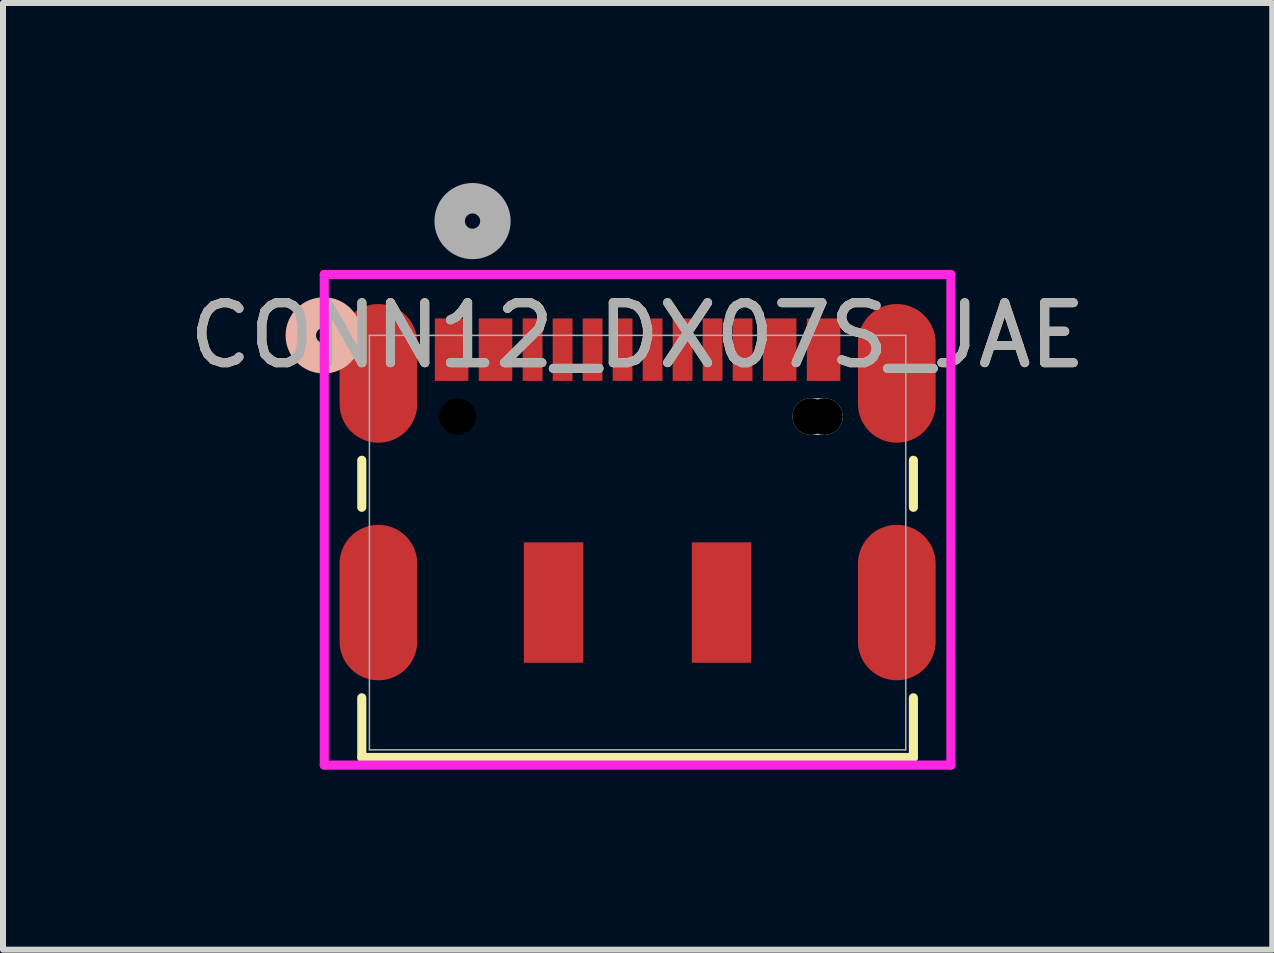
<source format=kicad_pcb>
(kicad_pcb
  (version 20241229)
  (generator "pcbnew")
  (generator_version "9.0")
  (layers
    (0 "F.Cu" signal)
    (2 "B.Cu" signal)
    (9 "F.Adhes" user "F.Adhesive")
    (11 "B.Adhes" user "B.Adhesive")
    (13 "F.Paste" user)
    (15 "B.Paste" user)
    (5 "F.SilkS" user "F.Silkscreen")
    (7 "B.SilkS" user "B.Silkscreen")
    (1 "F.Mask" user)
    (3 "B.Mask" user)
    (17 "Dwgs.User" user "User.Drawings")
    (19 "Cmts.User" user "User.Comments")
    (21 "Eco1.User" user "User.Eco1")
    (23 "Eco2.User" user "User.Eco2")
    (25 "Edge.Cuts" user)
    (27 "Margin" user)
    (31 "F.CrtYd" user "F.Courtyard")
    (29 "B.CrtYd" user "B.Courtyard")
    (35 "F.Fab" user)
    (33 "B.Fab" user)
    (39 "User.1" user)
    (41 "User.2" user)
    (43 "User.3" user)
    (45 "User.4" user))
  (footprint "CONN12_DX07S_JAE"
    (layer "F.Cu")
    (at 7.577 5.994)
    (property "Reference" "CONN12_DX07S_JAE" (at 0 -3.454 0) (unlocked yes) (layer "F.SilkS") (effects (font (size 1 1) (thickness 0.15))))
    (attr smd)
    (fp_line (start -4.597 -0.589) (end -4.597 -1.372) (stroke (width 0.152) (type solid)) (layer "F.SilkS"))
    (fp_line (start -4.597 3.581) (end -4.597 2.587) (stroke (width 0.152) (type solid)) (layer "F.SilkS"))
    (fp_line (start 4.597 -1.372) (end 4.597 -0.589) (stroke (width 0.152) (type solid)) (layer "F.SilkS"))
    (fp_line (start 4.597 2.587) (end 4.597 3.581) (stroke (width 0.152) (type solid)) (layer "F.SilkS"))
    (fp_line (start 4.597 3.581) (end -4.597 3.581) (stroke (width 0.152) (type solid)) (layer "F.SilkS"))
    (fp_circle (center -5.232 -3.454) (end -4.851 -3.454) (stroke (width 0.508) (type solid)) (fill no) (layer "B.SilkS"))
    (fp_line (start 2.886 -2.101) (end 3.114 -2.101) (stroke (width 0.61) (type solid)) (layer "Edge.Cuts"))
    (fp_line (start -5.222 -4.469) (end -5.222 3.708) (stroke (width 0.152) (type solid)) (layer "F.CrtYd"))
    (fp_line (start -5.222 3.708) (end 5.222 3.708) (stroke (width 0.152) (type solid)) (layer "F.CrtYd"))
    (fp_line (start 5.222 -4.469) (end -5.222 -4.469) (stroke (width 0.152) (type solid)) (layer "F.CrtYd"))
    (fp_line (start 5.222 3.708) (end 5.222 -4.469) (stroke (width 0.152) (type solid)) (layer "F.CrtYd"))
    (fp_line (start -4.47 -3.454) (end -4.47 3.454) (stroke (width 0.025) (type solid)) (layer "F.Fab"))
    (fp_line (start -4.47 3.454) (end 4.47 3.454) (stroke (width 0.025) (type solid)) (layer "F.Fab"))
    (fp_line (start 4.47 -3.454) (end -4.47 -3.454) (stroke (width 0.025) (type solid)) (layer "F.Fab"))
    (fp_line (start 4.47 3.454) (end 4.47 -3.454) (stroke (width 0.025) (type solid)) (layer "F.Fab"))
    (fp_circle (center -2.751 -5.359) (end -2.37 -5.359) (stroke (width 0.508) (type solid)) (fill no) (layer "F.Fab"))
    (fp_text user "${REFERENCE}" (at 0 -3.454 0) (unlocked yes) (layer "F.Fab") (effects (font (size 1 1) (thickness 0.15))))
    (pad "" np_thru_hole circle (at -3 -2.101) (size 0.61 0.61) (drill 0.61) (layers))
    (pad "" np_thru_hole circle (at 2.886 -2.101) (size 0.61 0.61) (drill 0.61) (layers))
    (pad "" np_thru_hole circle (at 3.114 -2.101) (size 0.61 0.61) (drill 0.61) (layers))
    (pad "1" smd rect (at -3.1 -3.216) (size 0.559 1.041) (layers "F.Cu" "F.Mask" "F.Paste"))
    (pad "2" smd rect (at -2.368 -3.216) (size 0.559 1.041) (layers "F.Cu" "F.Mask" "F.Paste"))
    (pad "3" smd rect (at -1.75 -3.216) (size 0.33 1.041) (layers "F.Cu" "F.Mask" "F.Paste"))
    (pad "4" smd rect (at -1.25 -3.216) (size 0.33 1.041) (layers "F.Cu" "F.Mask" "F.Paste"))
    (pad "5" smd rect (at -0.75 -3.216) (size 0.33 1.041) (layers "F.Cu" "F.Mask" "F.Paste"))
    (pad "6" smd rect (at -0.25 -3.216) (size 0.33 1.041) (layers "F.Cu" "F.Mask" "F.Paste"))
    (pad "7" smd rect (at 0.25 -3.216) (size 0.33 1.041) (layers "F.Cu" "F.Mask" "F.Paste"))
    (pad "8" smd rect (at 0.75 -3.216) (size 0.33 1.041) (layers "F.Cu" "F.Mask" "F.Paste"))
    (pad "9" smd rect (at 1.25 -3.216) (size 0.33 1.041) (layers "F.Cu" "F.Mask" "F.Paste"))
    (pad "10" smd rect (at 1.75 -3.216) (size 0.33 1.041) (layers "F.Cu" "F.Mask" "F.Paste"))
    (pad "11" smd rect (at 2.368 -3.216) (size 0.559 1.041) (layers "F.Cu" "F.Mask" "F.Paste"))
    (pad "12" smd rect (at 3.1 -3.216) (size 0.559 1.041) (layers "F.Cu" "F.Mask" "F.Paste"))
    (pad "13" smd oval (at -4.32 -2.821) (size 1.295 2.311) (layers "F.Cu" "F.Mask" "F.Paste"))
    (pad "14" smd oval (at 4.32 -2.821) (size 1.295 2.311) (layers "F.Cu" "F.Mask" "F.Paste"))
    (pad "15" smd oval (at -4.32 0.999) (size 1.295 2.591) (layers "F.Cu" "F.Mask" "F.Paste"))
    (pad "16" smd oval (at 4.32 0.999) (size 1.295 2.591) (layers "F.Cu" "F.Mask" "F.Paste"))
    (pad "17" smd rect (at -1.4 0.999) (size 0.991 2.007) (layers "F.Cu" "F.Mask" "F.Paste"))
    (pad "18" smd rect (at 1.4 0.999) (size 0.991 2.007) (layers "F.Cu" "F.Mask" "F.Paste")))
  (gr_rect
    (start -3 -3)
    (end 18.155 12.779)
    (stroke (width 0.1) (type default))
    (fill no)
    (layer "Edge.Cuts")))
</source>
